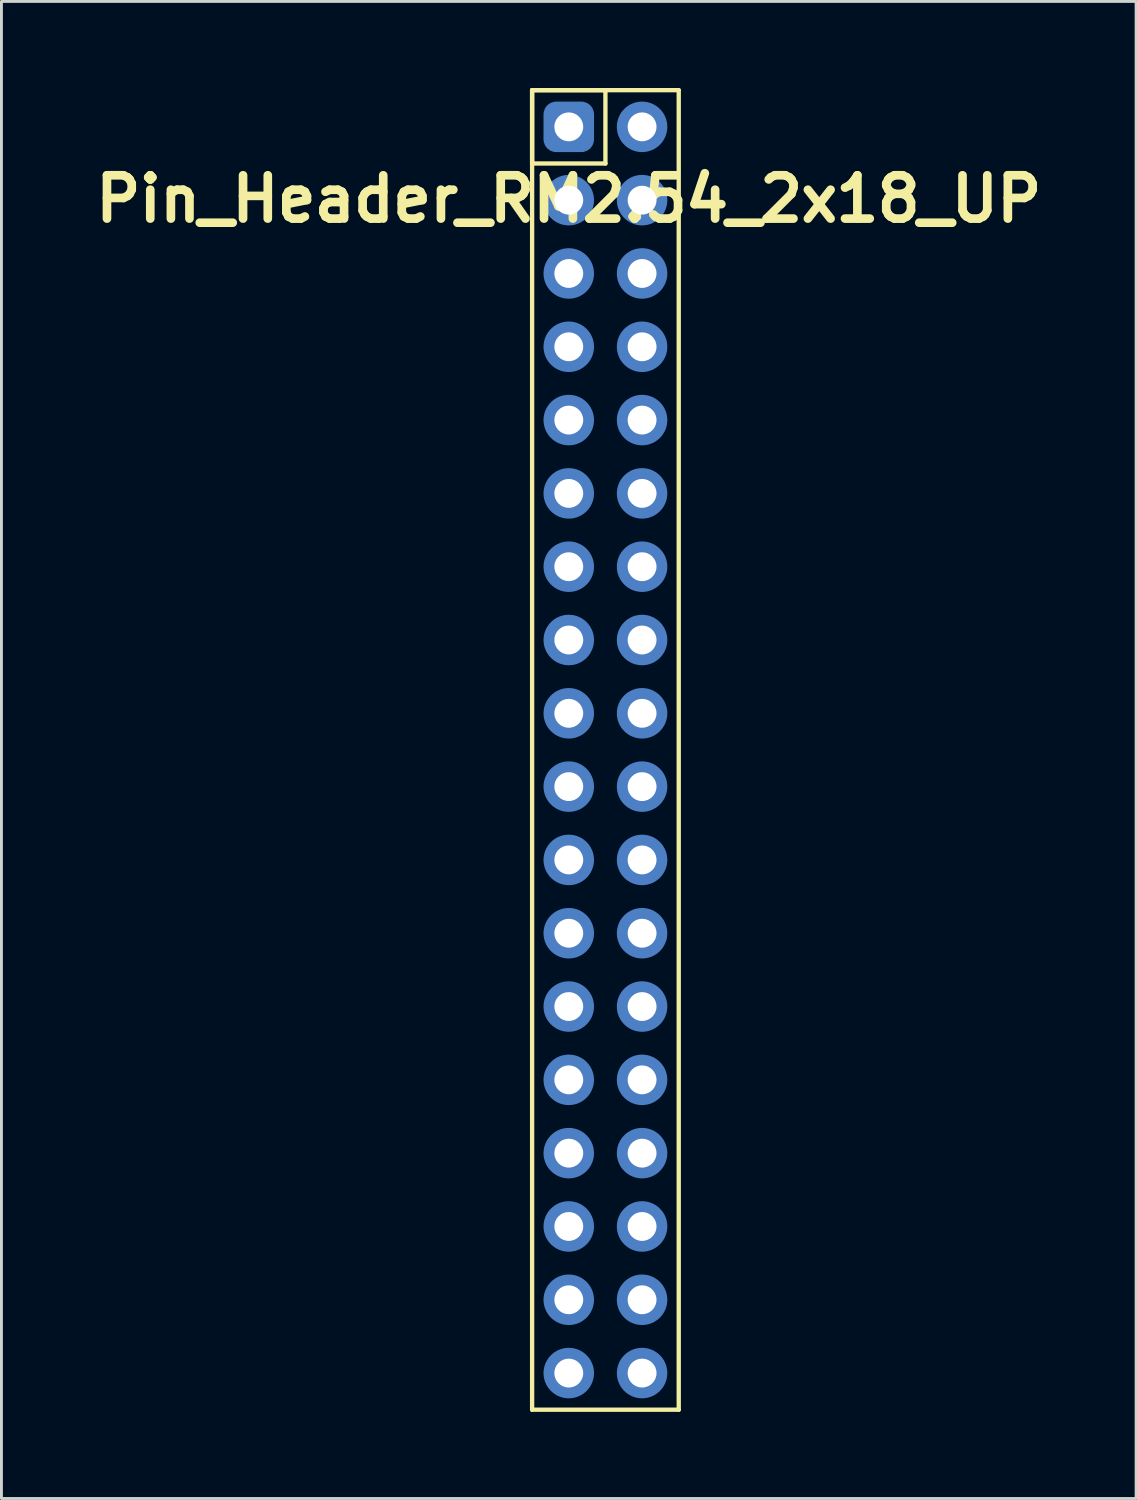
<source format=kicad_pcb>
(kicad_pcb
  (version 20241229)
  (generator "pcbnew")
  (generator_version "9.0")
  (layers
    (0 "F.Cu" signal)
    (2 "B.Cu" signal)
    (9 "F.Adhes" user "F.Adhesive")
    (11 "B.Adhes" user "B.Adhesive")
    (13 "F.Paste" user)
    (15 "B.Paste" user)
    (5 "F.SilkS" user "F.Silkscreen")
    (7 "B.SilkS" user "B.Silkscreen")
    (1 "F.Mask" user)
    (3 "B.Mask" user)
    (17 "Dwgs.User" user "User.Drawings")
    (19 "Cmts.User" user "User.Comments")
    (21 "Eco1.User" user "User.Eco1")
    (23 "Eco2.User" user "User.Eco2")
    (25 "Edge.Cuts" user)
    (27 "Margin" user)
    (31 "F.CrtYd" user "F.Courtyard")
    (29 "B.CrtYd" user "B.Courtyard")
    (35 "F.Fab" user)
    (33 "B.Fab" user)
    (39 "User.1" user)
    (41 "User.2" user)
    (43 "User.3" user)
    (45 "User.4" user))
  (footprint "Pin_Header_RM2.54_2x18_UP"
    (layer "F.Cu")
    (at 16.657 1.345)
    (property "Reference" "Pin_Header_RM2.54_2x18_UP" (at 0 2.5 0) (layer "F.SilkS") (effects (font (size 1.5 1.5) (thickness 0.3))))
    (attr through_hole)
    (fp_line (start -1.27 -1.27) (end 1.27 -1.27) (stroke (width 0.15) (type solid)) (layer "F.SilkS"))
    (fp_line (start -1.27 -1.27) (end 3.81 -1.27) (stroke (width 0.15) (type solid)) (layer "F.SilkS"))
    (fp_line (start -1.27 1.27) (end -1.27 -1.27) (stroke (width 0.15) (type solid)) (layer "F.SilkS"))
    (fp_line (start -1.27 44.45) (end -1.27 -1.27) (stroke (width 0.15) (type solid)) (layer "F.SilkS"))
    (fp_line (start 1.27 -1.27) (end 1.27 1.27) (stroke (width 0.15) (type solid)) (layer "F.SilkS"))
    (fp_line (start 1.27 1.27) (end -1.27 1.27) (stroke (width 0.15) (type solid)) (layer "F.SilkS"))
    (fp_line (start 3.81 -1.27) (end 3.81 44.45) (stroke (width 0.15) (type solid)) (layer "F.SilkS"))
    (fp_line (start 3.81 44.45) (end -1.27 44.45) (stroke (width 0.15) (type solid)) (layer "F.SilkS"))
    (pad "1" thru_hole circle (at 0 0) (size 1.3 1.3) (drill 1) (layers "*.Cu" "*.Mask"))
    (pad "1" smd roundrect (at 0 0) (size 1.5 1.5) (layers "F.Cu" "F.Mask") (roundrect_rratio 0.25))
    (pad "1" smd roundrect (at 0 0) (size 1.75 1.75) (layers "B.Cu" "B.Mask") (roundrect_rratio 0.25))
    (pad "2" thru_hole circle (at 2.54 0) (size 1.3 1.3) (drill 1) (layers "*.Cu" "*.Mask"))
    (pad "2" smd circle (at 2.54 0) (size 1.5 1.5) (layers "F.Cu" "F.Mask"))
    (pad "2" smd circle (at 2.54 0) (size 1.75 1.75) (layers "B.Cu" "B.Mask"))
    (pad "3" thru_hole circle (at 0 2.54) (size 1.3 1.3) (drill 1) (layers "*.Cu" "*.Mask"))
    (pad "3" smd circle (at 0 2.54) (size 1.5 1.5) (layers "F.Cu" "F.Mask"))
    (pad "3" smd circle (at 0 2.54) (size 1.75 1.75) (layers "B.Cu" "B.Mask"))
    (pad "4" thru_hole circle (at 2.54 2.54) (size 1.3 1.3) (drill 1) (layers "*.Cu" "*.Mask"))
    (pad "4" smd circle (at 2.54 2.54) (size 1.5 1.5) (layers "F.Cu" "F.Mask"))
    (pad "4" smd circle (at 2.54 2.54) (size 1.75 1.75) (layers "B.Cu" "B.Mask"))
    (pad "5" thru_hole circle (at 0 5.08) (size 1.3 1.3) (drill 1) (layers "*.Cu" "*.Mask"))
    (pad "5" smd circle (at 0 5.08) (size 1.5 1.5) (layers "F.Cu" "F.Mask"))
    (pad "5" smd circle (at 0 5.08) (size 1.75 1.75) (layers "B.Cu" "B.Mask"))
    (pad "6" thru_hole circle (at 2.54 5.08) (size 1.3 1.3) (drill 1) (layers "*.Cu" "*.Mask"))
    (pad "6" smd circle (at 2.54 5.08) (size 1.5 1.5) (layers "F.Cu" "F.Mask"))
    (pad "6" smd circle (at 2.54 5.08) (size 1.75 1.75) (layers "B.Cu" "B.Mask"))
    (pad "7" thru_hole circle (at 0 7.62) (size 1.3 1.3) (drill 1) (layers "*.Cu" "*.Mask"))
    (pad "7" smd circle (at 0 7.62) (size 1.5 1.5) (layers "F.Cu" "F.Mask"))
    (pad "7" smd circle (at 0 7.62) (size 1.75 1.75) (layers "B.Cu" "B.Mask"))
    (pad "8" thru_hole circle (at 2.54 7.62) (size 1.3 1.3) (drill 1) (layers "*.Cu" "*.Mask"))
    (pad "8" smd circle (at 2.54 7.62) (size 1.5 1.5) (layers "F.Cu" "F.Mask"))
    (pad "8" smd circle (at 2.54 7.62) (size 1.75 1.75) (layers "B.Cu" "B.Mask"))
    (pad "9" thru_hole circle (at 0 10.16) (size 1.3 1.3) (drill 1) (layers "*.Cu" "*.Mask"))
    (pad "9" smd circle (at 0 10.16) (size 1.5 1.5) (layers "F.Cu" "F.Mask"))
    (pad "9" smd circle (at 0 10.16) (size 1.75 1.75) (layers "B.Cu" "B.Mask"))
    (pad "10" thru_hole circle (at 2.54 10.16) (size 1.3 1.3) (drill 1) (layers "*.Cu" "*.Mask"))
    (pad "10" smd circle (at 2.54 10.16) (size 1.5 1.5) (layers "F.Cu" "F.Mask"))
    (pad "10" smd circle (at 2.54 10.16) (size 1.75 1.75) (layers "B.Cu" "B.Mask"))
    (pad "11" thru_hole circle (at 0 12.7) (size 1.3 1.3) (drill 1) (layers "*.Cu" "*.Mask"))
    (pad "11" smd circle (at 0 12.7) (size 1.5 1.5) (layers "F.Cu" "F.Mask"))
    (pad "11" smd circle (at 0 12.7) (size 1.75 1.75) (layers "B.Cu" "B.Mask"))
    (pad "12" thru_hole circle (at 2.54 12.7) (size 1.3 1.3) (drill 1) (layers "*.Cu" "*.Mask"))
    (pad "12" smd circle (at 2.54 12.7) (size 1.5 1.5) (layers "F.Cu" "F.Mask"))
    (pad "12" smd circle (at 2.54 12.7) (size 1.75 1.75) (layers "B.Cu" "B.Mask"))
    (pad "13" thru_hole circle (at 0 15.24) (size 1.3 1.3) (drill 1) (layers "*.Cu" "*.Mask"))
    (pad "13" smd circle (at 0 15.24) (size 1.5 1.5) (layers "F.Cu" "F.Mask"))
    (pad "13" smd circle (at 0 15.24) (size 1.75 1.75) (layers "B.Cu" "B.Mask"))
    (pad "14" thru_hole circle (at 2.54 15.24) (size 1.3 1.3) (drill 1) (layers "*.Cu" "*.Mask"))
    (pad "14" smd circle (at 2.54 15.24) (size 1.5 1.5) (layers "F.Cu" "F.Mask"))
    (pad "14" smd circle (at 2.54 15.24) (size 1.75 1.75) (layers "B.Cu" "B.Mask"))
    (pad "15" thru_hole circle (at 0 17.78) (size 1.3 1.3) (drill 1) (layers "*.Cu" "*.Mask"))
    (pad "15" smd circle (at 0 17.78) (size 1.5 1.5) (layers "F.Cu" "F.Mask"))
    (pad "15" smd circle (at 0 17.78) (size 1.75 1.75) (layers "B.Cu" "B.Mask"))
    (pad "16" thru_hole circle (at 2.54 17.78) (size 1.3 1.3) (drill 1) (layers "*.Cu" "*.Mask"))
    (pad "16" smd circle (at 2.54 17.78) (size 1.5 1.5) (layers "F.Cu" "F.Mask"))
    (pad "16" smd circle (at 2.54 17.78) (size 1.75 1.75) (layers "B.Cu" "B.Mask"))
    (pad "17" thru_hole circle (at 0 20.32) (size 1.3 1.3) (drill 1) (layers "*.Cu" "*.Mask"))
    (pad "17" smd circle (at 0 20.32) (size 1.5 1.5) (layers "F.Cu" "F.Mask"))
    (pad "17" smd circle (at 0 20.32) (size 1.75 1.75) (layers "B.Cu" "B.Mask"))
    (pad "18" thru_hole circle (at 2.54 20.32) (size 1.3 1.3) (drill 1) (layers "*.Cu" "*.Mask"))
    (pad "18" smd circle (at 2.54 20.32) (size 1.5 1.5) (layers "F.Cu" "F.Mask"))
    (pad "18" smd circle (at 2.54 20.32) (size 1.75 1.75) (layers "B.Cu" "B.Mask"))
    (pad "19" thru_hole circle (at 0 22.86) (size 1.3 1.3) (drill 1) (layers "*.Cu" "*.Mask"))
    (pad "19" smd circle (at 0 22.86) (size 1.5 1.5) (layers "F.Cu" "F.Mask"))
    (pad "19" smd circle (at 0 22.86) (size 1.75 1.75) (layers "B.Cu" "B.Mask"))
    (pad "20" thru_hole circle (at 2.54 22.86) (size 1.3 1.3) (drill 1) (layers "*.Cu" "*.Mask"))
    (pad "20" smd circle (at 2.54 22.86) (size 1.5 1.5) (layers "F.Cu" "F.Mask"))
    (pad "20" smd circle (at 2.54 22.86) (size 1.75 1.75) (layers "B.Cu" "B.Mask"))
    (pad "21" thru_hole circle (at 0 25.4) (size 1.3 1.3) (drill 1) (layers "*.Cu" "*.Mask"))
    (pad "21" smd circle (at 0 25.4) (size 1.5 1.5) (layers "F.Cu" "F.Mask"))
    (pad "21" smd circle (at 0 25.4) (size 1.75 1.75) (layers "B.Cu" "B.Mask"))
    (pad "22" thru_hole circle (at 2.54 25.4) (size 1.3 1.3) (drill 1) (layers "*.Cu" "*.Mask"))
    (pad "22" smd circle (at 2.54 25.4) (size 1.5 1.5) (layers "F.Cu" "F.Mask"))
    (pad "22" smd circle (at 2.54 25.4) (size 1.75 1.75) (layers "B.Cu" "B.Mask"))
    (pad "23" thru_hole circle (at 0 27.94) (size 1.3 1.3) (drill 1) (layers "*.Cu" "*.Mask"))
    (pad "23" smd circle (at 0 27.94) (size 1.5 1.5) (layers "F.Cu" "F.Mask"))
    (pad "23" smd circle (at 0 27.94) (size 1.75 1.75) (layers "B.Cu" "B.Mask"))
    (pad "24" thru_hole circle (at 2.54 27.94) (size 1.3 1.3) (drill 1) (layers "*.Cu" "*.Mask"))
    (pad "24" smd circle (at 2.54 27.94) (size 1.5 1.5) (layers "F.Cu" "F.Mask"))
    (pad "24" smd circle (at 2.54 27.94) (size 1.75 1.75) (layers "B.Cu" "B.Mask"))
    (pad "25" thru_hole circle (at 0 30.48) (size 1.3 1.3) (drill 1) (layers "*.Cu" "*.Mask"))
    (pad "25" smd circle (at 0 30.48) (size 1.5 1.5) (layers "F.Cu" "F.Mask"))
    (pad "25" smd circle (at 0 30.48) (size 1.75 1.75) (layers "B.Cu" "B.Mask"))
    (pad "26" thru_hole circle (at 2.54 30.48) (size 1.3 1.3) (drill 1) (layers "*.Cu" "*.Mask"))
    (pad "26" smd circle (at 2.54 30.48) (size 1.5 1.5) (layers "F.Cu" "F.Mask"))
    (pad "26" smd circle (at 2.54 30.48) (size 1.75 1.75) (layers "B.Cu" "B.Mask"))
    (pad "27" thru_hole circle (at 0 33.02) (size 1.3 1.3) (drill 1) (layers "*.Cu" "*.Mask"))
    (pad "27" smd circle (at 0 33.02) (size 1.5 1.5) (layers "F.Cu" "F.Mask"))
    (pad "27" smd circle (at 0 33.02) (size 1.75 1.75) (layers "B.Cu" "B.Mask"))
    (pad "28" thru_hole circle (at 2.54 33.02) (size 1.3 1.3) (drill 1) (layers "*.Cu" "*.Mask"))
    (pad "28" smd circle (at 2.54 33.02) (size 1.5 1.5) (layers "F.Cu" "F.Mask"))
    (pad "28" smd circle (at 2.54 33.02) (size 1.75 1.75) (layers "B.Cu" "B.Mask"))
    (pad "29" thru_hole circle (at 0 35.56) (size 1.3 1.3) (drill 1) (layers "*.Cu" "*.Mask"))
    (pad "29" smd circle (at 0 35.56) (size 1.5 1.5) (layers "F.Cu" "F.Mask"))
    (pad "29" smd circle (at 0 35.56) (size 1.75 1.75) (layers "B.Cu" "B.Mask"))
    (pad "30" thru_hole circle (at 2.54 35.56) (size 1.3 1.3) (drill 1) (layers "*.Cu" "*.Mask"))
    (pad "30" smd circle (at 2.54 35.56) (size 1.5 1.5) (layers "F.Cu" "F.Mask"))
    (pad "30" smd circle (at 2.54 35.56) (size 1.75 1.75) (layers "B.Cu" "B.Mask"))
    (pad "31" thru_hole circle (at 0 38.1) (size 1.3 1.3) (drill 1) (layers "*.Cu" "*.Mask"))
    (pad "31" smd circle (at 0 38.1) (size 1.5 1.5) (layers "F.Cu" "F.Mask"))
    (pad "31" smd circle (at 0 38.1) (size 1.75 1.75) (layers "B.Cu" "B.Mask"))
    (pad "32" thru_hole circle (at 2.54 38.1) (size 1.3 1.3) (drill 1) (layers "*.Cu" "*.Mask"))
    (pad "32" smd circle (at 2.54 38.1) (size 1.5 1.5) (layers "F.Cu" "F.Mask"))
    (pad "32" smd circle (at 2.54 38.1) (size 1.75 1.75) (layers "B.Cu" "B.Mask"))
    (pad "33" thru_hole circle (at 0 40.64) (size 1.3 1.3) (drill 1) (layers "*.Cu" "*.Mask"))
    (pad "33" smd circle (at 0 40.64) (size 1.5 1.5) (layers "F.Cu" "F.Mask"))
    (pad "33" smd circle (at 0 40.64) (size 1.75 1.75) (layers "B.Cu" "B.Mask"))
    (pad "34" thru_hole circle (at 2.54 40.64) (size 1.3 1.3) (drill 1) (layers "*.Cu" "*.Mask"))
    (pad "34" smd circle (at 2.54 40.64) (size 1.5 1.5) (layers "F.Cu" "F.Mask"))
    (pad "34" smd circle (at 2.54 40.64) (size 1.75 1.75) (layers "B.Cu" "B.Mask"))
    (pad "35" thru_hole circle (at 0 43.18) (size 1.3 1.3) (drill 1) (layers "*.Cu" "*.Mask"))
    (pad "35" smd circle (at 0 43.18) (size 1.5 1.5) (layers "F.Cu" "F.Mask"))
    (pad "35" smd circle (at 0 43.18) (size 1.75 1.75) (layers "B.Cu" "B.Mask"))
    (pad "36" thru_hole circle (at 2.54 43.18) (size 1.3 1.3) (drill 1) (layers "*.Cu" "*.Mask"))
    (pad "36" smd circle (at 2.54 43.18) (size 1.5 1.5) (layers "F.Cu" "F.Mask"))
    (pad "36" smd circle (at 2.54 43.18) (size 1.75 1.75) (layers "B.Cu" "B.Mask")))
  (gr_rect
    (start -3 -3)
    (end 36.314 48.87)
    (stroke (width 0.1) (type default))
    (fill no)
    (layer "Edge.Cuts")))
</source>
